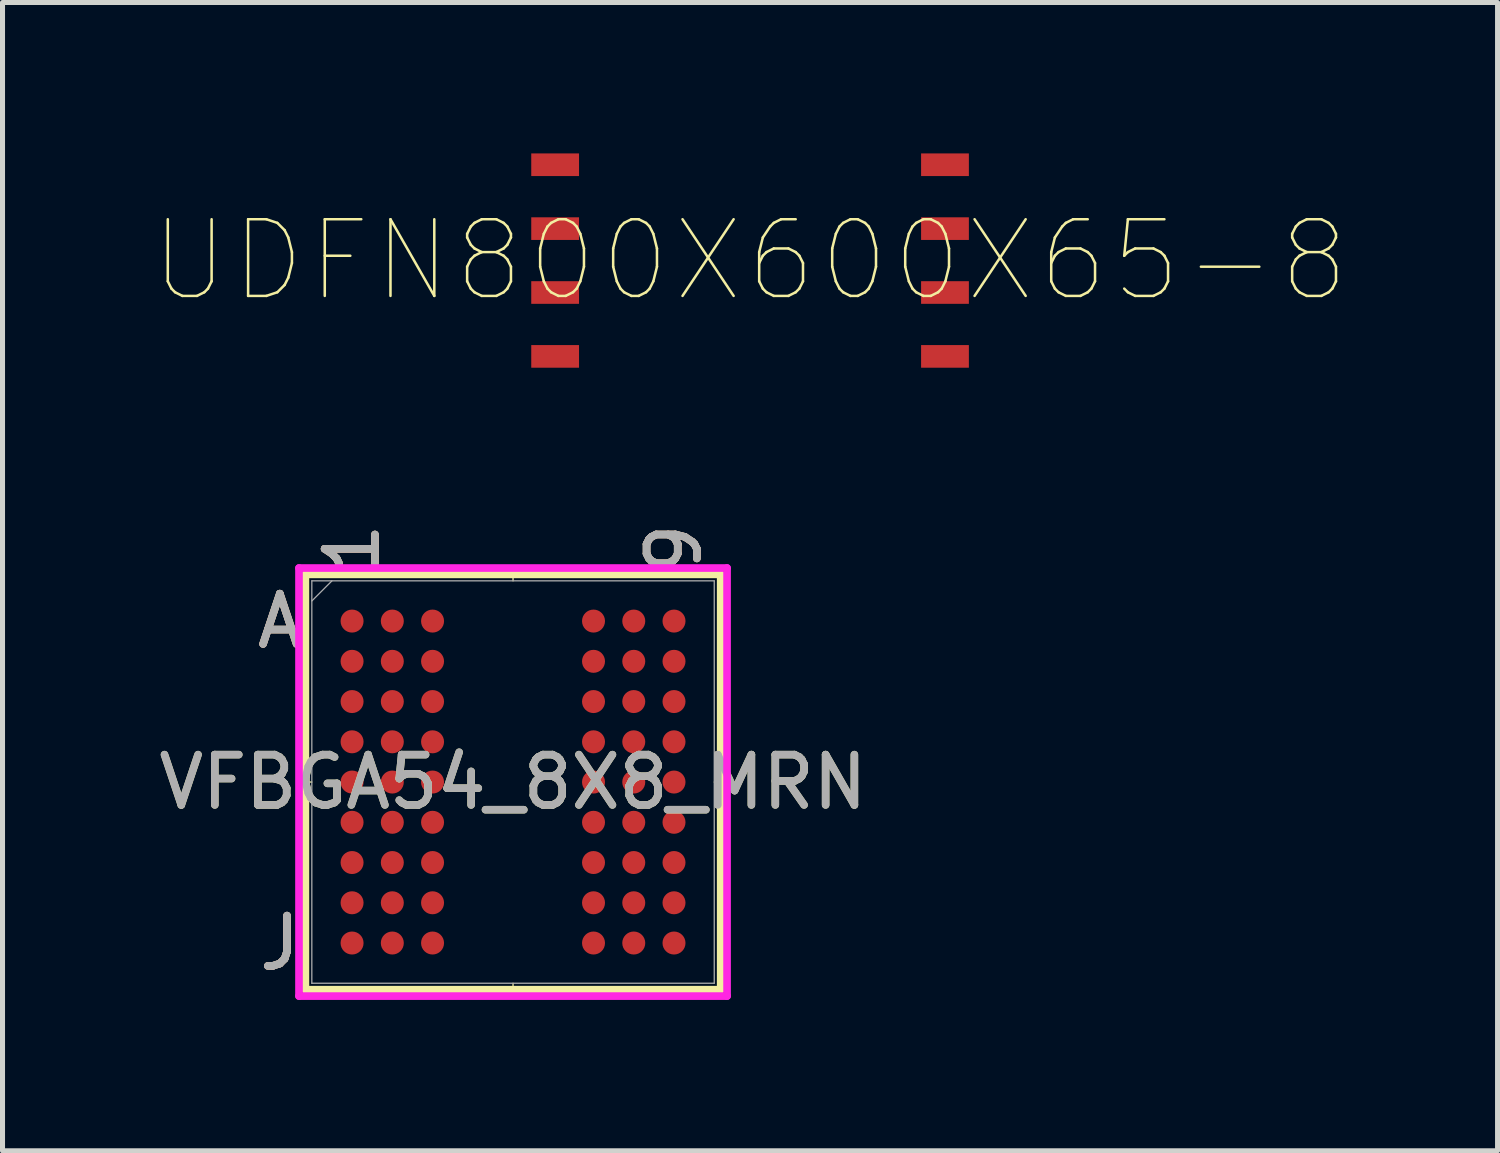
<source format=kicad_pcb>
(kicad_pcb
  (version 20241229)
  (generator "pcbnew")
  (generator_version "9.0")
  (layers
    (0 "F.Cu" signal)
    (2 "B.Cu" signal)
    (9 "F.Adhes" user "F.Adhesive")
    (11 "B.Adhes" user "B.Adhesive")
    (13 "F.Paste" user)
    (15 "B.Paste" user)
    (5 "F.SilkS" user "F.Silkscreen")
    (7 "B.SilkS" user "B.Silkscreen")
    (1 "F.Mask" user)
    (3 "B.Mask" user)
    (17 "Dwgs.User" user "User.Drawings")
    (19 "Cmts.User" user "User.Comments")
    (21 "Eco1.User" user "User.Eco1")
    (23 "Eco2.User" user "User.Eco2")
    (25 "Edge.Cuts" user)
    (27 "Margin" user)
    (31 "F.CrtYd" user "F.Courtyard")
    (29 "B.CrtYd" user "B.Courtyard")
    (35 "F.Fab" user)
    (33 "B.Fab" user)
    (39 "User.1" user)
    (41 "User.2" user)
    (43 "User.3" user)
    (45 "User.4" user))
  (footprint "VFBGA54_8X8_MRN"
    (layer "F.Cu")
    (at 7.149 12.497)
    (property "Reference" "VFBGA54_8X8_MRN" (at 0 0 0) (unlocked yes) (layer "F.SilkS") (effects (font (size 1 1) (thickness 0.15))))
    (attr smd)
    (fp_line (start -4.128 -4.128) (end -4.128 4.128) (stroke (width 0.152) (type solid)) (layer "F.SilkS"))
    (fp_line (start -4.128 4.128) (end 4.128 4.128) (stroke (width 0.152) (type solid)) (layer "F.SilkS"))
    (fp_line (start -4 0) (end -4.255 0) (stroke (width 0.025) (type solid)) (layer "F.SilkS"))
    (fp_line (start 0 -4) (end 0 -4.255) (stroke (width 0.025) (type solid)) (layer "F.SilkS"))
    (fp_line (start 0 4) (end 0 4.255) (stroke (width 0.025) (type solid)) (layer "F.SilkS"))
    (fp_line (start 4 0) (end 4.255 0) (stroke (width 0.025) (type solid)) (layer "F.SilkS"))
    (fp_line (start 4.128 -4.128) (end -4.128 -4.128) (stroke (width 0.152) (type solid)) (layer "F.SilkS"))
    (fp_line (start 4.128 4.128) (end 4.128 -4.128) (stroke (width 0.152) (type solid)) (layer "F.SilkS"))
    (fp_poly (pts (xy -4.045 -4.045) (xy 4.045 -4.045) (xy 4.045 4.045) (xy -4.045 4.045)) (stroke (width 0.1) (type solid)) (fill no) (layer "Eco2.User"))
    (fp_line (start -4.255 -4.255) (end 4.255 -4.255) (stroke (width 0.152) (type solid)) (layer "F.CrtYd"))
    (fp_line (start -4.255 4.255) (end -4.255 -4.255) (stroke (width 0.152) (type solid)) (layer "F.CrtYd"))
    (fp_line (start 4.255 -4.255) (end 4.255 4.255) (stroke (width 0.152) (type solid)) (layer "F.CrtYd"))
    (fp_line (start 4.255 4.255) (end -4.255 4.255) (stroke (width 0.152) (type solid)) (layer "F.CrtYd"))
    (fp_line (start -4 -4) (end -4 4) (stroke (width 0.025) (type solid)) (layer "F.Fab"))
    (fp_line (start -4 4) (end 4 4) (stroke (width 0.025) (type solid)) (layer "F.Fab"))
    (fp_line (start -3.6 -4) (end -4 -3.6) (stroke (width 0.025) (type solid)) (layer "F.Fab"))
    (fp_line (start 4 -4) (end -4 -4) (stroke (width 0.025) (type solid)) (layer "F.Fab"))
    (fp_line (start 4 4) (end 4 -4) (stroke (width 0.025) (type solid)) (layer "F.Fab"))
    (fp_text user "9" (at 3.2 -4.636 90) (unlocked yes) (layer "F.SilkS") (effects (font (size 1 1) (thickness 0.15))))
    (fp_text user "1" (at -3.2 -4.636 90) (unlocked yes) (layer "F.SilkS") (effects (font (size 1 1) (thickness 0.15))))
    (fp_text user "J" (at -4.636 3.2 0) (unlocked yes) (layer "F.SilkS") (effects (font (size 1 1) (thickness 0.15))))
    (fp_text user "A" (at -4.636 -3.2 0) (unlocked yes) (layer "F.SilkS") (effects (font (size 1 1) (thickness 0.15))))
    (fp_text user "A" (at -4.636 -3.2 0) (unlocked yes) (layer "B.SilkS") (effects (font (size 1 1) (thickness 0.15))))
    (fp_text user "9" (at 3.2 -4.636 90) (unlocked yes) (layer "B.SilkS") (effects (font (size 1 1) (thickness 0.15))))
    (fp_text user "J" (at -4.636 3.2 0) (unlocked yes) (layer "B.SilkS") (effects (font (size 1 1) (thickness 0.15))))
    (fp_text user "1" (at -3.2 -4.636 90) (unlocked yes) (layer "B.SilkS") (effects (font (size 1 1) (thickness 0.15))))
    (fp_text user "A" (at -4.636 -3.2 0) (unlocked yes) (layer "F.Fab") (effects (font (size 1 1) (thickness 0.15))))
    (fp_text user "1" (at -3.2 -4.636 90) (unlocked yes) (layer "F.Fab") (effects (font (size 1 1) (thickness 0.15))))
    (fp_text user "${REFERENCE}" (at 0 0 0) (unlocked yes) (layer "F.Fab") (effects (font (size 1 1) (thickness 0.15))))
    (fp_text user "J" (at -4.636 3.2 0) (unlocked yes) (layer "F.Fab") (effects (font (size 1 1) (thickness 0.15))))
    (fp_text user "9" (at 3.2 -4.636 90) (unlocked yes) (layer "F.Fab") (effects (font (size 1 1) (thickness 0.15))))
    (pad "A1" smd circle (at -3.2 -3.2) (size 0.457 0.457) (layers "F.Cu" "F.Mask" "F.Paste"))
    (pad "A2" smd circle (at -2.4 -3.2) (size 0.457 0.457) (layers "F.Cu" "F.Mask" "F.Paste"))
    (pad "A3" smd circle (at -1.6 -3.2) (size 0.457 0.457) (layers "F.Cu" "F.Mask" "F.Paste"))
    (pad "A7" smd circle (at 1.6 -3.2) (size 0.457 0.457) (layers "F.Cu" "F.Mask" "F.Paste"))
    (pad "A8" smd circle (at 2.4 -3.2) (size 0.457 0.457) (layers "F.Cu" "F.Mask" "F.Paste"))
    (pad "A9" smd circle (at 3.2 -3.2) (size 0.457 0.457) (layers "F.Cu" "F.Mask" "F.Paste"))
    (pad "B1" smd circle (at -3.2 -2.4) (size 0.457 0.457) (layers "F.Cu" "F.Mask" "F.Paste"))
    (pad "B2" smd circle (at -2.4 -2.4) (size 0.457 0.457) (layers "F.Cu" "F.Mask" "F.Paste"))
    (pad "B3" smd circle (at -1.6 -2.4) (size 0.457 0.457) (layers "F.Cu" "F.Mask" "F.Paste"))
    (pad "B7" smd circle (at 1.6 -2.4) (size 0.457 0.457) (layers "F.Cu" "F.Mask" "F.Paste"))
    (pad "B8" smd circle (at 2.4 -2.4) (size 0.457 0.457) (layers "F.Cu" "F.Mask" "F.Paste"))
    (pad "B9" smd circle (at 3.2 -2.4) (size 0.457 0.457) (layers "F.Cu" "F.Mask" "F.Paste"))
    (pad "C1" smd circle (at -3.2 -1.6) (size 0.457 0.457) (layers "F.Cu" "F.Mask" "F.Paste"))
    (pad "C2" smd circle (at -2.4 -1.6) (size 0.457 0.457) (layers "F.Cu" "F.Mask" "F.Paste"))
    (pad "C3" smd circle (at -1.6 -1.6) (size 0.457 0.457) (layers "F.Cu" "F.Mask" "F.Paste"))
    (pad "C7" smd circle (at 1.6 -1.6) (size 0.457 0.457) (layers "F.Cu" "F.Mask" "F.Paste"))
    (pad "C8" smd circle (at 2.4 -1.6) (size 0.457 0.457) (layers "F.Cu" "F.Mask" "F.Paste"))
    (pad "C9" smd circle (at 3.2 -1.6) (size 0.457 0.457) (layers "F.Cu" "F.Mask" "F.Paste"))
    (pad "D1" smd circle (at -3.2 -0.8) (size 0.457 0.457) (layers "F.Cu" "F.Mask" "F.Paste"))
    (pad "D2" smd circle (at -2.4 -0.8) (size 0.457 0.457) (layers "F.Cu" "F.Mask" "F.Paste"))
    (pad "D3" smd circle (at -1.6 -0.8) (size 0.457 0.457) (layers "F.Cu" "F.Mask" "F.Paste"))
    (pad "D7" smd circle (at 1.6 -0.8) (size 0.457 0.457) (layers "F.Cu" "F.Mask" "F.Paste"))
    (pad "D8" smd circle (at 2.4 -0.8) (size 0.457 0.457) (layers "F.Cu" "F.Mask" "F.Paste"))
    (pad "D9" smd circle (at 3.2 -0.8) (size 0.457 0.457) (layers "F.Cu" "F.Mask" "F.Paste"))
    (pad "E1" smd circle (at -3.2 0) (size 0.457 0.457) (layers "F.Cu" "F.Mask" "F.Paste"))
    (pad "E2" smd circle (at -2.4 0) (size 0.457 0.457) (layers "F.Cu" "F.Mask" "F.Paste"))
    (pad "E3" smd circle (at -1.6 0) (size 0.457 0.457) (layers "F.Cu" "F.Mask" "F.Paste"))
    (pad "E7" smd circle (at 1.6 0) (size 0.457 0.457) (layers "F.Cu" "F.Mask" "F.Paste"))
    (pad "E8" smd circle (at 2.4 0) (size 0.457 0.457) (layers "F.Cu" "F.Mask" "F.Paste"))
    (pad "E9" smd circle (at 3.2 0) (size 0.457 0.457) (layers "F.Cu" "F.Mask" "F.Paste"))
    (pad "F1" smd circle (at -3.2 0.8) (size 0.457 0.457) (layers "F.Cu" "F.Mask" "F.Paste"))
    (pad "F2" smd circle (at -2.4 0.8) (size 0.457 0.457) (layers "F.Cu" "F.Mask" "F.Paste"))
    (pad "F3" smd circle (at -1.6 0.8) (size 0.457 0.457) (layers "F.Cu" "F.Mask" "F.Paste"))
    (pad "F7" smd circle (at 1.6 0.8) (size 0.457 0.457) (layers "F.Cu" "F.Mask" "F.Paste"))
    (pad "F8" smd circle (at 2.4 0.8) (size 0.457 0.457) (layers "F.Cu" "F.Mask" "F.Paste"))
    (pad "F9" smd circle (at 3.2 0.8) (size 0.457 0.457) (layers "F.Cu" "F.Mask" "F.Paste"))
    (pad "G1" smd circle (at -3.2 1.6) (size 0.457 0.457) (layers "F.Cu" "F.Mask" "F.Paste"))
    (pad "G2" smd circle (at -2.4 1.6) (size 0.457 0.457) (layers "F.Cu" "F.Mask" "F.Paste"))
    (pad "G3" smd circle (at -1.6 1.6) (size 0.457 0.457) (layers "F.Cu" "F.Mask" "F.Paste"))
    (pad "G7" smd circle (at 1.6 1.6) (size 0.457 0.457) (layers "F.Cu" "F.Mask" "F.Paste"))
    (pad "G8" smd circle (at 2.4 1.6) (size 0.457 0.457) (layers "F.Cu" "F.Mask" "F.Paste"))
    (pad "G9" smd circle (at 3.2 1.6) (size 0.457 0.457) (layers "F.Cu" "F.Mask" "F.Paste"))
    (pad "H1" smd circle (at -3.2 2.4) (size 0.457 0.457) (layers "F.Cu" "F.Mask" "F.Paste"))
    (pad "H2" smd circle (at -2.4 2.4) (size 0.457 0.457) (layers "F.Cu" "F.Mask" "F.Paste"))
    (pad "H3" smd circle (at -1.6 2.4) (size 0.457 0.457) (layers "F.Cu" "F.Mask" "F.Paste"))
    (pad "H7" smd circle (at 1.6 2.4) (size 0.457 0.457) (layers "F.Cu" "F.Mask" "F.Paste"))
    (pad "H8" smd circle (at 2.4 2.4) (size 0.457 0.457) (layers "F.Cu" "F.Mask" "F.Paste"))
    (pad "H9" smd circle (at 3.2 2.4) (size 0.457 0.457) (layers "F.Cu" "F.Mask" "F.Paste"))
    (pad "J1" smd circle (at -3.2 3.2) (size 0.457 0.457) (layers "F.Cu" "F.Mask" "F.Paste"))
    (pad "J2" smd circle (at -2.4 3.2) (size 0.457 0.457) (layers "F.Cu" "F.Mask" "F.Paste"))
    (pad "J3" smd circle (at -1.6 3.2) (size 0.457 0.457) (layers "F.Cu" "F.Mask" "F.Paste"))
    (pad "J7" smd circle (at 1.6 3.2) (size 0.457 0.457) (layers "F.Cu" "F.Mask" "F.Paste"))
    (pad "J8" smd circle (at 2.4 3.2) (size 0.457 0.457) (layers "F.Cu" "F.Mask" "F.Paste"))
    (pad "J9" smd circle (at 3.2 3.2) (size 0.457 0.457) (layers "F.Cu" "F.Mask" "F.Paste")))
  (footprint "UDFN800X600X65-8"
    (layer "F.Cu")
    (at 11.861 2.13)
    (property "Reference" "UDFN800X600X65-8" (at 0 0 0) (layer "F.SilkS") (effects (font (size 1.524 1.524) (thickness 0.05))))
    (attr smd)
    (pad "1" smd rect (at 3.875 1.905 180) (size 0.95 0.45) (layers "F.Cu" "F.Mask" "F.Paste"))
    (pad "2" smd rect (at 3.875 0.635 180) (size 0.95 0.45) (layers "F.Cu" "F.Mask" "F.Paste"))
    (pad "3" smd rect (at 3.875 -0.635 180) (size 0.95 0.45) (layers "F.Cu" "F.Mask" "F.Paste"))
    (pad "4" smd rect (at 3.875 -1.905 180) (size 0.95 0.45) (layers "F.Cu" "F.Mask" "F.Paste"))
    (pad "5" smd rect (at -3.875 -1.905 180) (size 0.95 0.45) (layers "F.Cu" "F.Mask" "F.Paste"))
    (pad "6" smd rect (at -3.875 -0.635 180) (size 0.95 0.45) (layers "F.Cu" "F.Mask" "F.Paste"))
    (pad "7" smd rect (at -3.875 0.635 180) (size 0.95 0.45) (layers "F.Cu" "F.Mask" "F.Paste"))
    (pad "8" smd rect (at -3.875 1.905 180) (size 0.95 0.45) (layers "F.Cu" "F.Mask" "F.Paste")))
  (gr_rect
    (start -3 -3)
    (end 26.721 19.827)
    (stroke (width 0.1) (type default))
    (fill no)
    (layer "Edge.Cuts")))
</source>
